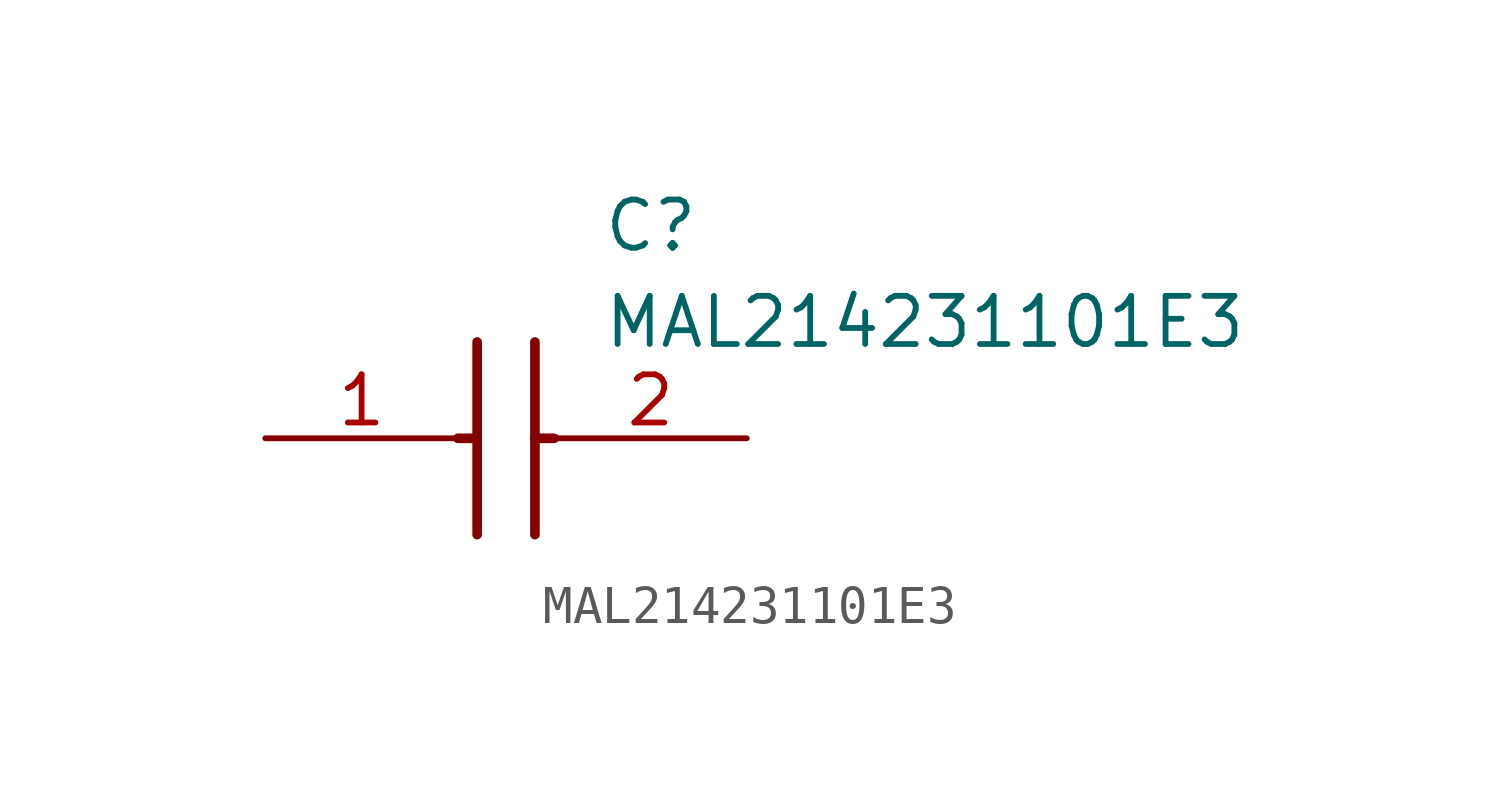
<source format=kicad_sym>
(kicad_symbol_lib
  (version 20211014)
  (generator SamacSys_ECAD_Model)
  (symbol "MAL214231101E3"
    (pin_names hide)
    (property "Reference" "C"
      (at 8.89 6.35 0)
      (effects (font (size 1.27 1.27)) (justify left top)))
    (property "Value" "MAL214231101E3"
      (at 8.89 3.81 0)
      (effects (font (size 1.27 1.27)) (justify left top)))
    (polyline
      (pts (xy 5.588 2.54) (xy 5.588 -2.54))
      (stroke (width 0.254) (type default))
      (fill (type none)))
    (polyline
      (pts (xy 7.112 2.54) (xy 7.112 -2.54))
      (stroke (width 0.254) (type default))
      (fill (type none)))
    (polyline
      (pts (xy 5.08 0) (xy 5.588 0))
      (stroke (width 0.254) (type default))
      (fill (type none)))
    (polyline
      (pts (xy 7.112 0) (xy 7.62 0))
      (stroke (width 0.254) (type default))
      (fill (type none)))
    (pin passive line
      (at 0 0 0)
      (length 5.08)
      (name "+" (effects (font (size 1.27 1.27))))
      (number "1" (effects (font (size 1.27 1.27)))))
    (pin passive line
      (at 12.7 0 180)
      (length 5.08)
      (name "-" (effects (font (size 1.27 1.27))))
      (number "2" (effects (font (size 1.27 1.27)))))))
</source>
